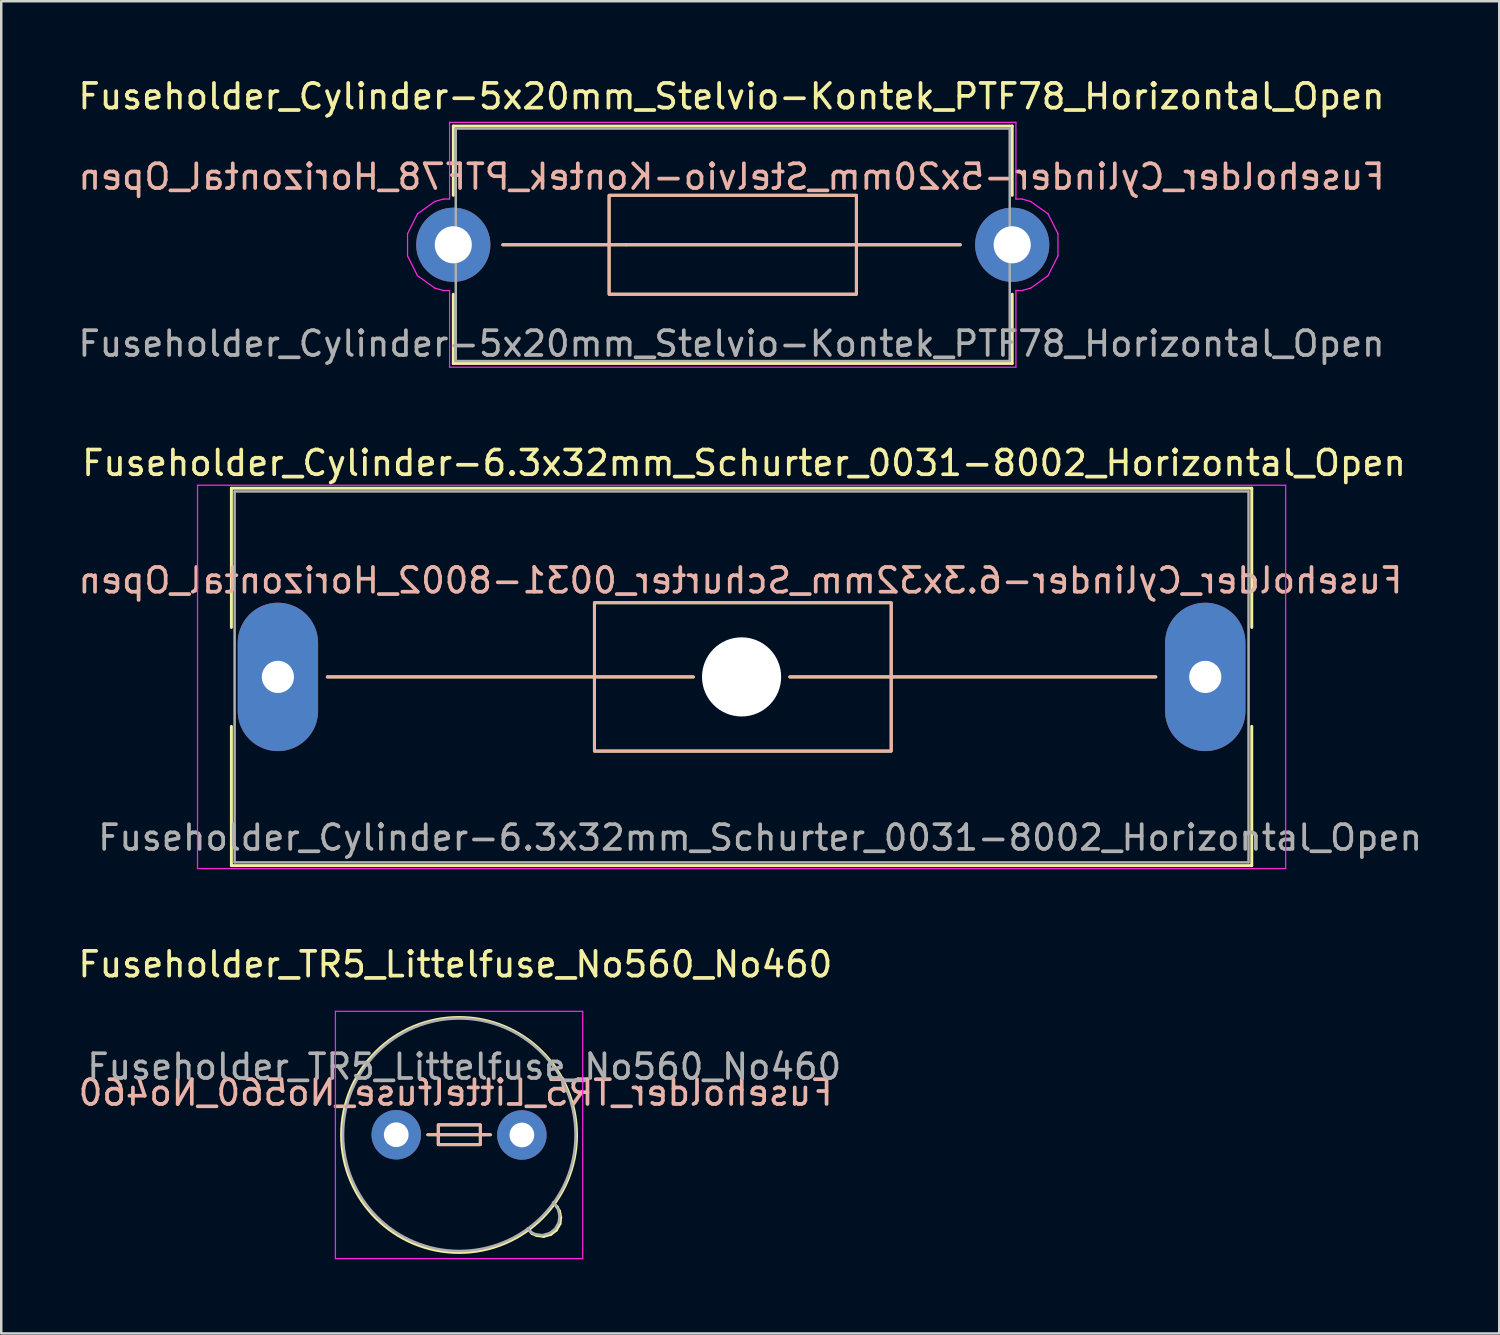
<source format=kicad_pcb>
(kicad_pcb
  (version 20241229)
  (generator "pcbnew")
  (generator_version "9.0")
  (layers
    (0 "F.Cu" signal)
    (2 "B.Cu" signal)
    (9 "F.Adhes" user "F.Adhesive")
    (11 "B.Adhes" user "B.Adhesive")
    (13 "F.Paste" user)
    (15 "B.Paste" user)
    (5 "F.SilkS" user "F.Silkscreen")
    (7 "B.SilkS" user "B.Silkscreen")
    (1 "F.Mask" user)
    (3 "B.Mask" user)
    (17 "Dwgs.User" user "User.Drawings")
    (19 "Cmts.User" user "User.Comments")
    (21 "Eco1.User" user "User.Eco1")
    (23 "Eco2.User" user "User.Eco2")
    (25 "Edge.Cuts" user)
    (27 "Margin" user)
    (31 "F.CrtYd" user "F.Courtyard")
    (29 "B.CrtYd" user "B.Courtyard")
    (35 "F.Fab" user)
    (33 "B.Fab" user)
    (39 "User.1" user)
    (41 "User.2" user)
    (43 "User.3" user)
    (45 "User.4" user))
  (footprint "Fuseholder_TR5_Littelfuse_No560_No460"
    (layer "F.Cu")
    (at 12.973 42.835)
    (property "Reference" "Fuseholder_TR5_Littelfuse_No560_No460" (at 2.39 -6.89 0) (layer "F.SilkS") (effects (font (size 1 1) (thickness 0.15))))
    (fp_line (start 1.27 0) (end 3.556 0) (stroke (width 0.12) (type solid)) (layer "F.SilkS"))
    (fp_line (start 3.81 0) (end 3.556 0) (stroke (width 0.12) (type solid)) (layer "F.SilkS"))
    (fp_line (start 5.49 3.99) (end 5.36 3.84) (stroke (width 0.12) (type solid)) (layer "F.SilkS"))
    (fp_line (start 5.67 4.07) (end 5.49 3.99) (stroke (width 0.12) (type solid)) (layer "F.SilkS"))
    (fp_line (start 5.96 4.11) (end 5.67 4.07) (stroke (width 0.12) (type solid)) (layer "F.SilkS"))
    (fp_line (start 6.25 4.03) (end 5.96 4.11) (stroke (width 0.12) (type solid)) (layer "F.SilkS"))
    (fp_line (start 6.39 2.79) (end 6.51 2.93) (stroke (width 0.12) (type solid)) (layer "F.SilkS"))
    (fp_line (start 6.47 3.86) (end 6.25 4.03) (stroke (width 0.12) (type solid)) (layer "F.SilkS"))
    (fp_line (start 6.51 2.93) (end 6.6 3.09) (stroke (width 0.12) (type solid)) (layer "F.SilkS"))
    (fp_line (start 6.6 3.09) (end 6.65 3.34) (stroke (width 0.12) (type solid)) (layer "F.SilkS"))
    (fp_line (start 6.62 3.6) (end 6.47 3.86) (stroke (width 0.12) (type solid)) (layer "F.SilkS"))
    (fp_line (start 6.65 3.34) (end 6.62 3.6) (stroke (width 0.12) (type solid)) (layer "F.SilkS"))
    (fp_rect (start 1.7 -0.4) (end 3.4 0.4) (stroke (width 0.12) (type solid)) (fill no) (layer "F.SilkS"))
    (fp_circle (center 2.54 0.01) (end 7.29 0.01) (stroke (width 0.12) (type solid)) (fill no) (layer "F.SilkS"))
    (fp_line (start 3.8 0) (end 1.3 0) (stroke (width 0.12) (type solid)) (layer "B.SilkS"))
    (fp_rect (start 1.7 -0.4) (end 3.4 0.4) (stroke (width 0.12) (type solid)) (fill no) (layer "B.SilkS"))
    (fp_line (start -2.46 -4.99) (end -2.46 5.01) (stroke (width 0.05) (type solid)) (layer "F.CrtYd"))
    (fp_line (start -2.46 -4.99) (end 7.54 -4.99) (stroke (width 0.05) (type solid)) (layer "F.CrtYd"))
    (fp_line (start 7.54 5.01) (end -2.46 5.01) (stroke (width 0.05) (type solid)) (layer "F.CrtYd"))
    (fp_line (start 7.54 5.01) (end 7.54 -4.99) (stroke (width 0.05) (type solid)) (layer "F.CrtYd"))
    (fp_line (start 5.44 3.94) (end 5.31 3.79) (stroke (width 0.1) (type solid)) (layer "F.Fab"))
    (fp_line (start 5.62 4.02) (end 5.44 3.94) (stroke (width 0.1) (type solid)) (layer "F.Fab"))
    (fp_line (start 5.91 4.06) (end 5.62 4.02) (stroke (width 0.1) (type solid)) (layer "F.Fab"))
    (fp_line (start 6.2 3.98) (end 5.91 4.06) (stroke (width 0.1) (type solid)) (layer "F.Fab"))
    (fp_line (start 6.34 2.74) (end 6.46 2.88) (stroke (width 0.1) (type solid)) (layer "F.Fab"))
    (fp_line (start 6.42 3.81) (end 6.2 3.98) (stroke (width 0.1) (type solid)) (layer "F.Fab"))
    (fp_line (start 6.46 2.88) (end 6.55 3.04) (stroke (width 0.1) (type solid)) (layer "F.Fab"))
    (fp_line (start 6.55 3.04) (end 6.6 3.29) (stroke (width 0.1) (type solid)) (layer "F.Fab"))
    (fp_line (start 6.57 3.55) (end 6.42 3.81) (stroke (width 0.1) (type solid)) (layer "F.Fab"))
    (fp_line (start 6.6 3.29) (end 6.57 3.55) (stroke (width 0.1) (type solid)) (layer "F.Fab"))
    (fp_circle (center 2.55 0) (end 7.25 0) (stroke (width 0.1) (type solid)) (fill no) (layer "F.Fab"))
    (fp_text user "${REFERENCE}" (at 2.4 -1.7 0) (layer "B.SilkS") (effects (font (size 1 1) (thickness 0.15)) (justify mirror)))
    (fp_text user "${REFERENCE}" (at 2.75 -2.75 0) (layer "F.Fab") (effects (font (size 1 1) (thickness 0.15))))
    (pad "1" thru_hole circle (at 0 0) (size 2 2) (drill 1) (layers "*.Cu" "*.Mask"))
    (pad "2" thru_hole circle (at 5.08 0.01) (size 2 2) (drill 1) (layers "*.Cu" "*.Mask")))
  (footprint "Fuseholder_Cylinder-5x20mm_Stelvio-Kontek_PTF78_Horizontal_Open"
    (layer "F.Cu")
    (at 15.28 6.848)
    (property "Reference" "Fuseholder_Cylinder-5x20mm_Stelvio-Kontek_PTF78_Horizontal_Open" (at 11.25 -6 0) (layer "F.SilkS") (effects (font (size 1 1) (thickness 0.15))))
    (fp_line (start 0 -4.8) (end 22.6 -4.8) (stroke (width 0.12) (type solid)) (layer "F.SilkS"))
    (fp_line (start 0 -2) (end 0 -4.8) (stroke (width 0.12) (type solid)) (layer "F.SilkS"))
    (fp_line (start 0 4.8) (end 0 2) (stroke (width 0.12) (type solid)) (layer "F.SilkS"))
    (fp_line (start 0 4.8) (end 22.6 4.8) (stroke (width 0.12) (type solid)) (layer "F.SilkS"))
    (fp_line (start 2 0) (end 7 0) (stroke (width 0.12) (type solid)) (layer "F.SilkS"))
    (fp_line (start 20.5 0) (end 7 0) (stroke (width 0.12) (type solid)) (layer "F.SilkS"))
    (fp_line (start 22.6 -2) (end 22.6 -4.8) (stroke (width 0.12) (type solid)) (layer "F.SilkS"))
    (fp_line (start 22.6 4.8) (end 22.6 2) (stroke (width 0.12) (type solid)) (layer "F.SilkS"))
    (fp_rect (start 6.3 -2) (end 16.3 2) (stroke (width 0.12) (type solid)) (fill no) (layer "F.SilkS"))
    (fp_line (start 20.5 0) (end 2 0) (stroke (width 0.12) (type solid)) (layer "B.SilkS"))
    (fp_rect (start 6.3 -2) (end 16.3 2) (stroke (width 0.12) (type solid)) (fill no) (layer "B.SilkS"))
    (fp_line (start -1.85 -0.45) (end -1.85 0.45) (stroke (width 0.05) (type solid)) (layer "F.CrtYd"))
    (fp_line (start -1.85 -0.45) (end -1.45 -1.25) (stroke (width 0.05) (type solid)) (layer "F.CrtYd"))
    (fp_line (start -1.45 1.25) (end -1.85 0.45) (stroke (width 0.05) (type solid)) (layer "F.CrtYd"))
    (fp_line (start -1.45 1.25) (end -0.75 1.75) (stroke (width 0.05) (type solid)) (layer "F.CrtYd"))
    (fp_line (start -0.75 -1.75) (end -1.45 -1.25) (stroke (width 0.05) (type solid)) (layer "F.CrtYd"))
    (fp_line (start -0.75 1.75) (end -0.4 1.85) (stroke (width 0.05) (type solid)) (layer "F.CrtYd"))
    (fp_line (start -0.4 -1.85) (end -0.75 -1.75) (stroke (width 0.05) (type solid)) (layer "F.CrtYd"))
    (fp_line (start -0.4 1.85) (end -0.15 1.85) (stroke (width 0.05) (type solid)) (layer "F.CrtYd"))
    (fp_line (start -0.15 -4.95) (end 22.75 -4.95) (stroke (width 0.05) (type solid)) (layer "F.CrtYd"))
    (fp_line (start -0.15 -1.85) (end -0.4 -1.85) (stroke (width 0.05) (type solid)) (layer "F.CrtYd"))
    (fp_line (start -0.15 -1.85) (end -0.15 -4.95) (stroke (width 0.05) (type solid)) (layer "F.CrtYd"))
    (fp_line (start -0.15 4.95) (end -0.15 1.85) (stroke (width 0.05) (type solid)) (layer "F.CrtYd"))
    (fp_line (start 22.75 -1.85) (end 22.75 -4.95) (stroke (width 0.05) (type solid)) (layer "F.CrtYd"))
    (fp_line (start 22.75 -1.85) (end 23 -1.85) (stroke (width 0.05) (type solid)) (layer "F.CrtYd"))
    (fp_line (start 22.75 1.85) (end 22.75 4.95) (stroke (width 0.05) (type solid)) (layer "F.CrtYd"))
    (fp_line (start 22.75 1.85) (end 23 1.85) (stroke (width 0.05) (type solid)) (layer "F.CrtYd"))
    (fp_line (start 22.75 4.95) (end -0.15 4.95) (stroke (width 0.05) (type solid)) (layer "F.CrtYd"))
    (fp_line (start 23 1.85) (end 23.35 1.75) (stroke (width 0.05) (type solid)) (layer "F.CrtYd"))
    (fp_line (start 23.35 -1.75) (end 23 -1.85) (stroke (width 0.05) (type solid)) (layer "F.CrtYd"))
    (fp_line (start 23.35 1.75) (end 24.05 1.25) (stroke (width 0.05) (type solid)) (layer "F.CrtYd"))
    (fp_line (start 24.05 -1.25) (end 23.35 -1.75) (stroke (width 0.05) (type solid)) (layer "F.CrtYd"))
    (fp_line (start 24.05 1.25) (end 24.45 0.45) (stroke (width 0.05) (type solid)) (layer "F.CrtYd"))
    (fp_line (start 24.45 -0.45) (end 24.05 -1.25) (stroke (width 0.05) (type solid)) (layer "F.CrtYd"))
    (fp_line (start 24.45 0.45) (end 24.45 -0.45) (stroke (width 0.05) (type solid)) (layer "F.CrtYd"))
    (fp_line (start 0.1 -4.7) (end 0.1 4.7) (stroke (width 0.1) (type solid)) (layer "F.Fab"))
    (fp_line (start 0.1 4.7) (end 22.5 4.7) (stroke (width 0.1) (type solid)) (layer "F.Fab"))
    (fp_line (start 22.5 -4.7) (end 0.1 -4.7) (stroke (width 0.1) (type solid)) (layer "F.Fab"))
    (fp_line (start 22.5 4.7) (end 22.5 -4.7) (stroke (width 0.1) (type solid)) (layer "F.Fab"))
    (fp_text user "${REFERENCE}" (at 11.25 -2.75 0) (layer "B.SilkS") (effects (font (size 1 1) (thickness 0.15)) (justify mirror)))
    (fp_text user "${REFERENCE}" (at 11.25 4 0) (layer "F.Fab") (effects (font (size 1 1) (thickness 0.15))))
    (pad "1" thru_hole circle (at 0 0) (size 3 3) (drill 1.5) (layers "*.Cu" "*.Mask"))
    (pad "2" thru_hole circle (at 22.6 0) (size 3 3) (drill 1.5) (layers "*.Cu" "*.Mask")))
  (footprint "Fuseholder_Cylinder-6.3x32mm_Schurter_0031-8002_Horizontal_Open"
    (layer "F.Cu")
    (at 8.187 24.322)
    (property "Reference" "Fuseholder_Cylinder-6.3x32mm_Schurter_0031-8002_Horizontal_Open" (at 18.85 -8.65 0) (layer "F.SilkS") (effects (font (size 1 1) (thickness 0.15))))
    (fp_line (start -1.88 -7.63) (end -1.88 -2) (stroke (width 0.12) (type solid)) (layer "F.SilkS"))
    (fp_line (start -1.88 -7.63) (end 39.38 -7.63) (stroke (width 0.12) (type solid)) (layer "F.SilkS"))
    (fp_line (start -1.88 2) (end -1.88 7.63) (stroke (width 0.12) (type solid)) (layer "F.SilkS"))
    (fp_line (start 2 0) (end 16.8 0) (stroke (width 0.12) (type solid)) (layer "F.SilkS"))
    (fp_line (start 20.7 0) (end 35.5 0) (stroke (width 0.12) (type solid)) (layer "F.SilkS"))
    (fp_line (start 39.38 -7.63) (end 39.38 -2) (stroke (width 0.12) (type solid)) (layer "F.SilkS"))
    (fp_line (start 39.38 2) (end 39.38 7.63) (stroke (width 0.12) (type solid)) (layer "F.SilkS"))
    (fp_line (start 39.38 7.63) (end -1.88 7.63) (stroke (width 0.12) (type solid)) (layer "F.SilkS"))
    (fp_rect (start 12.8 -3) (end 24.8 3) (stroke (width 0.12) (type solid)) (fill no) (layer "F.SilkS"))
    (fp_line (start 16.8 0) (end 2 0) (stroke (width 0.12) (type solid)) (layer "B.SilkS"))
    (fp_line (start 20.7 0) (end 35.5 0) (stroke (width 0.12) (type solid)) (layer "B.SilkS"))
    (fp_rect (start 12.8 -3) (end 24.8 3) (stroke (width 0.12) (type solid)) (fill no) (layer "B.SilkS"))
    (fp_line (start -3.25 -7.75) (end -3.25 7.75) (stroke (width 0.05) (type solid)) (layer "F.CrtYd"))
    (fp_line (start -3.25 -7.75) (end 40.75 -7.75) (stroke (width 0.05) (type solid)) (layer "F.CrtYd"))
    (fp_line (start 40.75 7.75) (end -3.25 7.75) (stroke (width 0.05) (type solid)) (layer "F.CrtYd"))
    (fp_line (start 40.75 7.75) (end 40.75 -7.75) (stroke (width 0.05) (type solid)) (layer "F.CrtYd"))
    (fp_line (start -1.75 -7.5) (end -1.75 7.5) (stroke (width 0.1) (type solid)) (layer "F.Fab"))
    (fp_line (start -1.75 7.5) (end 39.25 7.5) (stroke (width 0.1) (type solid)) (layer "F.Fab"))
    (fp_line (start 39.25 -7.5) (end -1.75 -7.5) (stroke (width 0.1) (type solid)) (layer "F.Fab"))
    (fp_line (start 39.25 7.5) (end 39.25 -7.5) (stroke (width 0.1) (type solid)) (layer "F.Fab"))
    (fp_text user "${REFERENCE}" (at 18.7 -3.9 0) (layer "B.SilkS") (effects (font (size 1 1) (thickness 0.15)) (justify mirror)))
    (fp_text user "${REFERENCE}" (at 19.5 6.5 0) (layer "F.Fab") (effects (font (size 1 1) (thickness 0.15))))
    (pad "" np_thru_hole circle (at 18.75 0) (size 3.2 3.2) (drill 3.2) (layers "*.Cu" "*.Mask"))
    (pad "1" thru_hole oval (at 0 0) (size 3.25 6) (drill 1.3) (layers "*.Cu" "*.Mask"))
    (pad "2" thru_hole oval (at 37.5 0) (size 3.25 6) (drill 1.3) (layers "*.Cu" "*.Mask")))
  (gr_rect
    (start -3 -3)
    (end 57.574 50.87)
    (stroke (width 0.1) (type default))
    (fill no)
    (layer "Edge.Cuts")))
</source>
